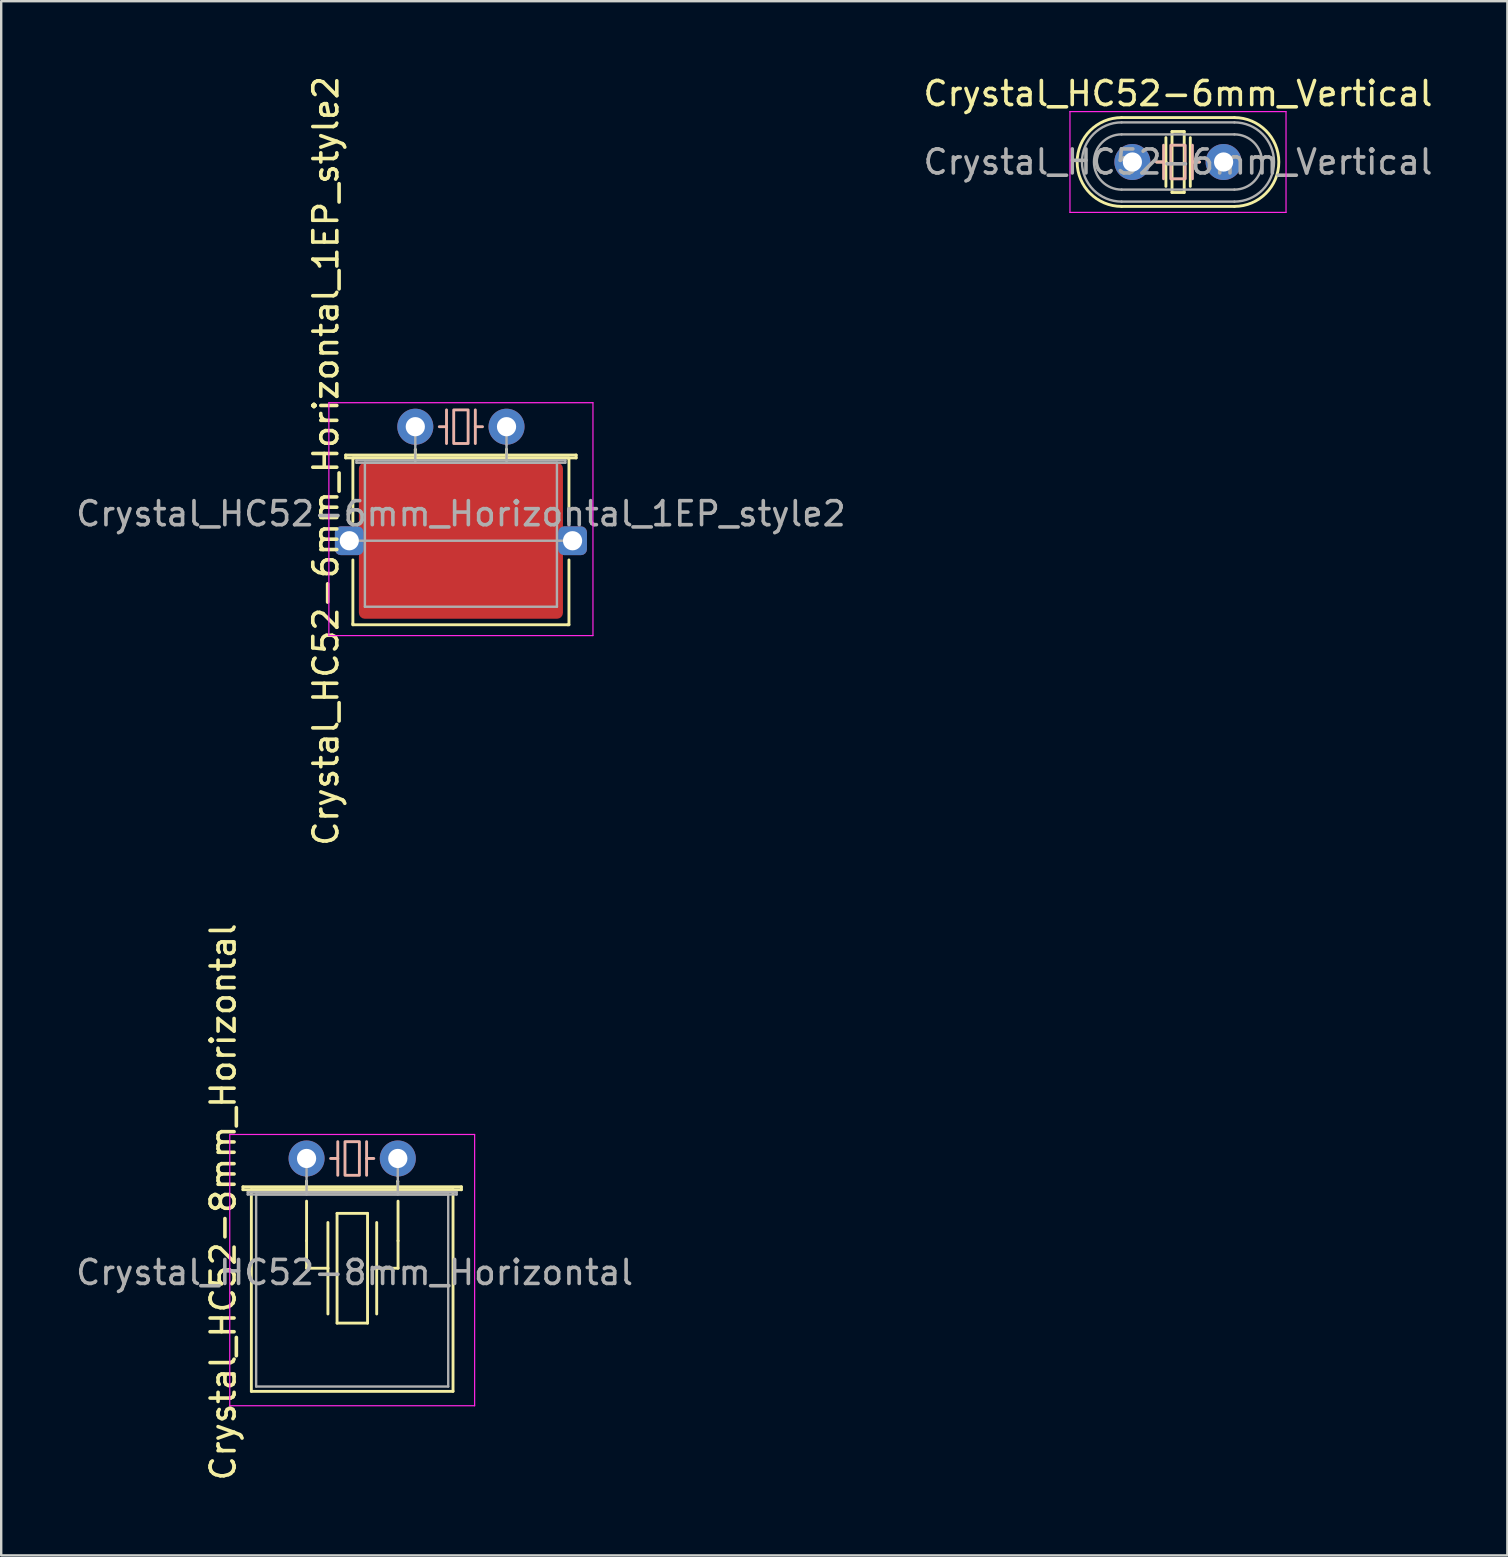
<source format=kicad_pcb>
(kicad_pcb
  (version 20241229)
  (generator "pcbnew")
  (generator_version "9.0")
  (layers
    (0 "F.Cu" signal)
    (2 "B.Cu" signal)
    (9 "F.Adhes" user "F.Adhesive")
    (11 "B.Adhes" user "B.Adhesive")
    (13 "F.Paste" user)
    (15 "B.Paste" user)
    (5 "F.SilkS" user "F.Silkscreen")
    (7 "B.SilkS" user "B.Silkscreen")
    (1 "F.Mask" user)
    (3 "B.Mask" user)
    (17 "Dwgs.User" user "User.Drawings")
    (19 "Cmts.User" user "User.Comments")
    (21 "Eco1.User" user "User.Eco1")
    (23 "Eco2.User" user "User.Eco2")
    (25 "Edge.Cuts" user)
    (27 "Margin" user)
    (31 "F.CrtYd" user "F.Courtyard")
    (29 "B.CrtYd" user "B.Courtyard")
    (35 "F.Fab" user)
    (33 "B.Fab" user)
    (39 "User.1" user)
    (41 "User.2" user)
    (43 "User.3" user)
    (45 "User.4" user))
  (footprint "Crystal_HC52-8mm_Horizontal"
    (layer "F.Cu")
    (at 9.72 45.205)
    (property "Reference" "Crystal_HC52-8mm_Horizontal" (at -3.475 1.812 90) (layer "F.SilkS") (effects (font (size 1 1) (thickness 0.15))))
    (attr through_hole)
    (fp_line (start -2.65 1.18) (end 6.45 1.18) (stroke (width 0.12) (type solid)) (layer "F.SilkS"))
    (fp_line (start -2.65 1.3) (end -2.65 1.18) (stroke (width 0.12) (type solid)) (layer "F.SilkS"))
    (fp_line (start -2.3 1.3) (end -2.3 9.7) (stroke (width 0.12) (type solid)) (layer "F.SilkS"))
    (fp_line (start -2.3 9.7) (end 6.1 9.7) (stroke (width 0.12) (type solid)) (layer "F.SilkS"))
    (fp_line (start 0 0.95) (end 0 0.95) (stroke (width 0.12) (type solid)) (layer "F.SilkS"))
    (fp_line (start 0 1.3) (end 0 0.95) (stroke (width 0.12) (type solid)) (layer "F.SilkS"))
    (fp_line (start 0 1.778) (end 0 3.429) (stroke (width 0.12) (type solid)) (layer "F.SilkS"))
    (fp_line (start 0 3.429) (end 0 4.572) (stroke (width 0.12) (type solid)) (layer "F.SilkS"))
    (fp_line (start 0 4.572) (end 0.889 4.572) (stroke (width 0.12) (type solid)) (layer "F.SilkS"))
    (fp_line (start 0.889 4.572) (end 0.889 2.667) (stroke (width 0.12) (type solid)) (layer "F.SilkS"))
    (fp_line (start 0.889 6.477) (end 0.889 4.572) (stroke (width 0.12) (type solid)) (layer "F.SilkS"))
    (fp_line (start 1.27 2.286) (end 1.27 6.858) (stroke (width 0.12) (type solid)) (layer "F.SilkS"))
    (fp_line (start 1.27 6.858) (end 2.54 6.858) (stroke (width 0.12) (type solid)) (layer "F.SilkS"))
    (fp_line (start 2.54 2.286) (end 1.27 2.286) (stroke (width 0.12) (type solid)) (layer "F.SilkS"))
    (fp_line (start 2.54 6.858) (end 2.54 2.286) (stroke (width 0.12) (type solid)) (layer "F.SilkS"))
    (fp_line (start 2.921 2.667) (end 2.921 4.572) (stroke (width 0.12) (type solid)) (layer "F.SilkS"))
    (fp_line (start 2.921 4.572) (end 2.921 6.477) (stroke (width 0.12) (type solid)) (layer "F.SilkS"))
    (fp_line (start 3.8 0.95) (end 3.8 0.95) (stroke (width 0.12) (type solid)) (layer "F.SilkS"))
    (fp_line (start 3.8 1.3) (end 3.8 0.95) (stroke (width 0.12) (type solid)) (layer "F.SilkS"))
    (fp_line (start 3.81 1.778) (end 3.81 3.429) (stroke (width 0.12) (type solid)) (layer "F.SilkS"))
    (fp_line (start 3.81 3.429) (end 3.81 4.572) (stroke (width 0.12) (type solid)) (layer "F.SilkS"))
    (fp_line (start 3.81 4.572) (end 2.921 4.572) (stroke (width 0.12) (type solid)) (layer "F.SilkS"))
    (fp_line (start 6.1 1.3) (end -2.3 1.3) (stroke (width 0.12) (type solid)) (layer "F.SilkS"))
    (fp_line (start 6.1 9.7) (end 6.1 1.3) (stroke (width 0.12) (type solid)) (layer "F.SilkS"))
    (fp_line (start 6.45 1.18) (end 6.45 1.3) (stroke (width 0.12) (type solid)) (layer "F.SilkS"))
    (fp_line (start 6.45 1.3) (end -2.65 1.3) (stroke (width 0.12) (type solid)) (layer "F.SilkS"))
    (fp_line (start 1.3 -0.7) (end 1.3 0.7) (stroke (width 0.12) (type solid)) (layer "B.SilkS"))
    (fp_line (start 1.3 0) (end 1 0) (stroke (width 0.12) (type solid)) (layer "B.SilkS"))
    (fp_line (start 2.5 -0.7) (end 2.5 0.7) (stroke (width 0.12) (type solid)) (layer "B.SilkS"))
    (fp_line (start 2.5 0) (end 2.8 0) (stroke (width 0.12) (type solid)) (layer "B.SilkS"))
    (fp_rect (start 1.6 -0.7) (end 2.2 0.7) (stroke (width 0.12) (type solid)) (fill no) (layer "B.SilkS"))
    (fp_line (start -3.2 -1) (end -3.2 10.3) (stroke (width 0.05) (type solid)) (layer "F.CrtYd"))
    (fp_line (start -3.2 10.3) (end 7 10.3) (stroke (width 0.05) (type solid)) (layer "F.CrtYd"))
    (fp_line (start 7 -1) (end -3.2 -1) (stroke (width 0.05) (type solid)) (layer "F.CrtYd"))
    (fp_line (start 7 10.3) (end 7 -1) (stroke (width 0.05) (type solid)) (layer "F.CrtYd"))
    (fp_line (start -2.45 1.4) (end 6.25 1.4) (stroke (width 0.1) (type solid)) (layer "F.Fab"))
    (fp_line (start -2.45 1.5) (end -2.45 1.4) (stroke (width 0.1) (type solid)) (layer "F.Fab"))
    (fp_line (start -2.1 1.5) (end -2.1 9.5) (stroke (width 0.1) (type solid)) (layer "F.Fab"))
    (fp_line (start -2.1 9.5) (end 5.9 9.5) (stroke (width 0.1) (type solid)) (layer "F.Fab"))
    (fp_line (start 0 0.75) (end 0 0) (stroke (width 0.1) (type solid)) (layer "F.Fab"))
    (fp_line (start 0 1.5) (end 0 0.75) (stroke (width 0.1) (type solid)) (layer "F.Fab"))
    (fp_line (start 3.8 0.75) (end 3.8 0) (stroke (width 0.1) (type solid)) (layer "F.Fab"))
    (fp_line (start 3.8 1.5) (end 3.8 0.75) (stroke (width 0.1) (type solid)) (layer "F.Fab"))
    (fp_line (start 5.9 1.5) (end -2.1 1.5) (stroke (width 0.1) (type solid)) (layer "F.Fab"))
    (fp_line (start 5.9 9.5) (end 5.9 1.5) (stroke (width 0.1) (type solid)) (layer "F.Fab"))
    (fp_line (start 6.25 1.4) (end 6.25 1.5) (stroke (width 0.1) (type solid)) (layer "F.Fab"))
    (fp_line (start 6.25 1.5) (end -2.45 1.5) (stroke (width 0.1) (type solid)) (layer "F.Fab"))
    (fp_text user "${REFERENCE}" (at 2 4.75 0) (layer "F.Fab") (effects (font (size 1 1) (thickness 0.15))))
    (pad "1" thru_hole circle (at 0 0) (size 1.5 1.5) (drill 0.8) (layers "*.Cu" "*.Mask"))
    (pad "2" thru_hole circle (at 3.8 0) (size 1.5 1.5) (drill 0.8) (layers "*.Cu" "*.Mask")))
  (footprint "Crystal_HC52-6mm_Horizontal_1EP_style2"
    (layer "F.Cu")
    (at 14.249 14.724)
    (property "Reference" "Crystal_HC52-6mm_Horizontal_1EP_style2" (at -3.725 1.425 90) (layer "F.SilkS") (effects (font (size 1 1) (thickness 0.15))))
    (attr through_hole)
    (fp_line (start -2.9 1.18) (end 6.7 1.18) (stroke (width 0.12) (type solid)) (layer "F.SilkS"))
    (fp_line (start -2.9 1.3) (end -2.9 1.18) (stroke (width 0.12) (type solid)) (layer "F.SilkS"))
    (fp_line (start -2.6 3.95) (end -2.6 1.3) (stroke (width 0.12) (type solid)) (layer "F.SilkS"))
    (fp_line (start -2.6 5.55) (end -2.6 8.2) (stroke (width 0.12) (type solid)) (layer "F.SilkS"))
    (fp_line (start -2.6 8.2) (end -2.6 8.25) (stroke (width 0.12) (type solid)) (layer "F.SilkS"))
    (fp_line (start -2.6 8.25) (end 6.35 8.25) (stroke (width 0.12) (type solid)) (layer "F.SilkS"))
    (fp_line (start -2.55 1.3) (end 6.35 1.3) (stroke (width 0.12) (type solid)) (layer "F.SilkS"))
    (fp_line (start 0 0.95) (end 0 0.95) (stroke (width 0.12) (type solid)) (layer "F.SilkS"))
    (fp_line (start 0 1.3) (end 0 0.95) (stroke (width 0.12) (type solid)) (layer "F.SilkS"))
    (fp_line (start 3.8 0.95) (end 3.8 0.95) (stroke (width 0.12) (type solid)) (layer "F.SilkS"))
    (fp_line (start 3.8 1.3) (end 3.8 0.95) (stroke (width 0.12) (type solid)) (layer "F.SilkS"))
    (fp_line (start 6.35 8.25) (end 6.4 8.25) (stroke (width 0.12) (type solid)) (layer "F.SilkS"))
    (fp_line (start 6.4 1.3) (end 6.4 3.95) (stroke (width 0.12) (type solid)) (layer "F.SilkS"))
    (fp_line (start 6.4 8.25) (end 6.4 5.55) (stroke (width 0.12) (type solid)) (layer "F.SilkS"))
    (fp_line (start 6.7 1.18) (end 6.7 1.3) (stroke (width 0.12) (type solid)) (layer "F.SilkS"))
    (fp_line (start 6.7 1.3) (end -2.9 1.3) (stroke (width 0.12) (type solid)) (layer "F.SilkS"))
    (fp_line (start 1.3 -0.7) (end 1.3 0.7) (stroke (width 0.12) (type solid)) (layer "B.SilkS"))
    (fp_line (start 1.3 0) (end 1 0) (stroke (width 0.12) (type solid)) (layer "B.SilkS"))
    (fp_line (start 2.5 -0.7) (end 2.5 0.7) (stroke (width 0.12) (type solid)) (layer "B.SilkS"))
    (fp_line (start 2.5 0) (end 2.8 0) (stroke (width 0.12) (type solid)) (layer "B.SilkS"))
    (fp_rect (start 1.6 -0.7) (end 2.2 0.7) (stroke (width 0.12) (type solid)) (fill no) (layer "B.SilkS"))
    (fp_line (start -3.6 -1) (end -3.6 8.7) (stroke (width 0.05) (type solid)) (layer "F.CrtYd"))
    (fp_line (start -3.6 8.7) (end 7.4 8.7) (stroke (width 0.05) (type solid)) (layer "F.CrtYd"))
    (fp_line (start 7.4 -1) (end -3.6 -1) (stroke (width 0.05) (type solid)) (layer "F.CrtYd"))
    (fp_line (start 7.4 8.7) (end 7.4 -1) (stroke (width 0.05) (type solid)) (layer "F.CrtYd"))
    (fp_line (start -2.75 4.75) (end 6.55 4.75) (stroke (width 0.1) (type solid)) (layer "F.Fab"))
    (fp_line (start -2.45 1.4) (end 6.25 1.4) (stroke (width 0.1) (type solid)) (layer "F.Fab"))
    (fp_line (start -2.45 1.5) (end -2.45 1.4) (stroke (width 0.1) (type solid)) (layer "F.Fab"))
    (fp_line (start -2.1 1.5) (end -2.1 7.5) (stroke (width 0.1) (type solid)) (layer "F.Fab"))
    (fp_line (start -2.1 7.5) (end 5.9 7.5) (stroke (width 0.1) (type solid)) (layer "F.Fab"))
    (fp_line (start 0 0.75) (end 0 0) (stroke (width 0.1) (type solid)) (layer "F.Fab"))
    (fp_line (start 0 1.5) (end 0 0.75) (stroke (width 0.1) (type solid)) (layer "F.Fab"))
    (fp_line (start 3.8 0.75) (end 3.8 0) (stroke (width 0.1) (type solid)) (layer "F.Fab"))
    (fp_line (start 3.8 1.5) (end 3.8 0.75) (stroke (width 0.1) (type solid)) (layer "F.Fab"))
    (fp_line (start 5.9 1.5) (end -2.1 1.5) (stroke (width 0.1) (type solid)) (layer "F.Fab"))
    (fp_line (start 5.9 7.5) (end 5.9 1.5) (stroke (width 0.1) (type solid)) (layer "F.Fab"))
    (fp_line (start 6.25 1.4) (end 6.25 1.5) (stroke (width 0.1) (type solid)) (layer "F.Fab"))
    (fp_line (start 6.25 1.5) (end -2.45 1.5) (stroke (width 0.1) (type solid)) (layer "F.Fab"))
    (fp_text user "${REFERENCE}" (at 1.9 3.625 0) (layer "F.Fab") (effects (font (size 1 1) (thickness 0.15))))
    (pad "1" thru_hole circle (at 0 0) (size 1.5 1.5) (drill 0.8) (layers "*.Cu" "*.Mask"))
    (pad "2" thru_hole circle (at 3.8 0) (size 1.5 1.5) (drill 0.8) (layers "*.Cu" "*.Mask"))
    (pad "3" thru_hole roundrect (at -2.75 4.75) (size 1.2 1.2) (drill 0.8) (layers "*.Cu" "*.Mask") (roundrect_rratio 0.208))
    (pad "3" smd roundrect (at 1.9 4.75) (size 8.5 6.5) (layers "F.Cu" "F.Mask" "F.Paste") (roundrect_rratio 0.038))
    (pad "3" thru_hole roundrect (at 6.55 4.75) (size 1.2 1.2) (drill 0.8) (layers "*.Cu" "*.Mask") (roundrect_rratio 0.208)))
  (footprint "Crystal_HC52-6mm_Vertical"
    (layer "F.Cu")
    (at 44.118 3.698)
    (property "Reference" "Crystal_HC52-6mm_Vertical" (at 1.9 -2.85 0) (layer "F.SilkS") (effects (font (size 1 1) (thickness 0.15))))
    (attr through_hole)
    (fp_line (start -0.45 -1.85) (end 4.25 -1.85) (stroke (width 0.12) (type solid)) (layer "F.SilkS"))
    (fp_line (start -0.45 1.85) (end 4.25 1.85) (stroke (width 0.12) (type solid)) (layer "F.SilkS"))
    (fp_line (start 1.016 0) (end 1.397 0) (stroke (width 0.12) (type solid)) (layer "F.SilkS"))
    (fp_line (start 1.397 0) (end 1.397 -1.016) (stroke (width 0.12) (type solid)) (layer "F.SilkS"))
    (fp_line (start 1.397 0) (end 1.397 1.016) (stroke (width 0.12) (type solid)) (layer "F.SilkS"))
    (fp_line (start 1.651 -1.27) (end 1.651 1.27) (stroke (width 0.12) (type solid)) (layer "F.SilkS"))
    (fp_line (start 1.651 1.27) (end 2.159 1.27) (stroke (width 0.12) (type solid)) (layer "F.SilkS"))
    (fp_line (start 2.159 -1.27) (end 1.651 -1.27) (stroke (width 0.12) (type solid)) (layer "F.SilkS"))
    (fp_line (start 2.159 1.27) (end 2.159 -1.27) (stroke (width 0.12) (type solid)) (layer "F.SilkS"))
    (fp_line (start 2.413 -1.016) (end 2.413 1.016) (stroke (width 0.12) (type solid)) (layer "F.SilkS"))
    (fp_line (start 2.413 0) (end 2.794 0) (stroke (width 0.12) (type solid)) (layer "F.SilkS"))
    (fp_arc (start -0.45 1.85) (mid -2.3 0) (end -0.45 -1.85) (stroke (width 0.12) (type solid)) (layer "F.SilkS"))
    (fp_arc (start 4.25 -1.85) (mid 6.1 0) (end 4.25 1.85) (stroke (width 0.12) (type solid)) (layer "F.SilkS"))
    (fp_line (start 1.3 -0.7) (end 1.3 0.7) (stroke (width 0.12) (type solid)) (layer "B.SilkS"))
    (fp_line (start 1.3 0) (end 1 0) (stroke (width 0.12) (type solid)) (layer "B.SilkS"))
    (fp_line (start 2.5 -0.7) (end 2.5 0.7) (stroke (width 0.12) (type solid)) (layer "B.SilkS"))
    (fp_line (start 2.5 0) (end 2.8 0) (stroke (width 0.12) (type solid)) (layer "B.SilkS"))
    (fp_rect (start 1.6 -0.7) (end 2.2 0.7) (stroke (width 0.12) (type solid)) (fill no) (layer "B.SilkS"))
    (fp_line (start -2.6 -2.1) (end -2.6 2.1) (stroke (width 0.05) (type solid)) (layer "F.CrtYd"))
    (fp_line (start -2.6 2.1) (end 6.4 2.1) (stroke (width 0.05) (type solid)) (layer "F.CrtYd"))
    (fp_line (start 6.4 -2.1) (end -2.6 -2.1) (stroke (width 0.05) (type solid)) (layer "F.CrtYd"))
    (fp_line (start 6.4 2.1) (end 6.4 -2.1) (stroke (width 0.05) (type solid)) (layer "F.CrtYd"))
    (fp_line (start -0.45 -1.65) (end 4.25 -1.65) (stroke (width 0.1) (type solid)) (layer "F.Fab"))
    (fp_line (start -0.45 -1.15) (end 4.25 -1.15) (stroke (width 0.1) (type solid)) (layer "F.Fab"))
    (fp_line (start -0.45 1.15) (end 4.25 1.15) (stroke (width 0.1) (type solid)) (layer "F.Fab"))
    (fp_line (start -0.45 1.65) (end 4.25 1.65) (stroke (width 0.1) (type solid)) (layer "F.Fab"))
    (fp_arc (start -0.45 1.15) (mid -1.6 0) (end -0.45 -1.15) (stroke (width 0.1) (type solid)) (layer "F.Fab"))
    (fp_arc (start -0.45 1.65) (mid -2.1 0) (end -0.45 -1.65) (stroke (width 0.1) (type solid)) (layer "F.Fab"))
    (fp_arc (start 4.25 -1.65) (mid 5.9 0) (end 4.25 1.65) (stroke (width 0.1) (type solid)) (layer "F.Fab"))
    (fp_arc (start 4.25 -1.15) (mid 5.4 0) (end 4.25 1.15) (stroke (width 0.1) (type solid)) (layer "F.Fab"))
    (fp_text user "${REFERENCE}" (at 1.9 0 0) (layer "F.Fab") (effects (font (size 1 1) (thickness 0.15))))
    (pad "1" thru_hole circle (at 0 0) (size 1.5 1.5) (drill 0.8) (layers "*.Cu" "*.Mask"))
    (pad "2" thru_hole circle (at 3.8 0) (size 1.5 1.5) (drill 0.8) (layers "*.Cu" "*.Mask")))
  (gr_rect
    (start -3 -3)
    (end 59.738 61.738)
    (stroke (width 0.1) (type default))
    (fill no)
    (layer "Edge.Cuts")))
</source>
